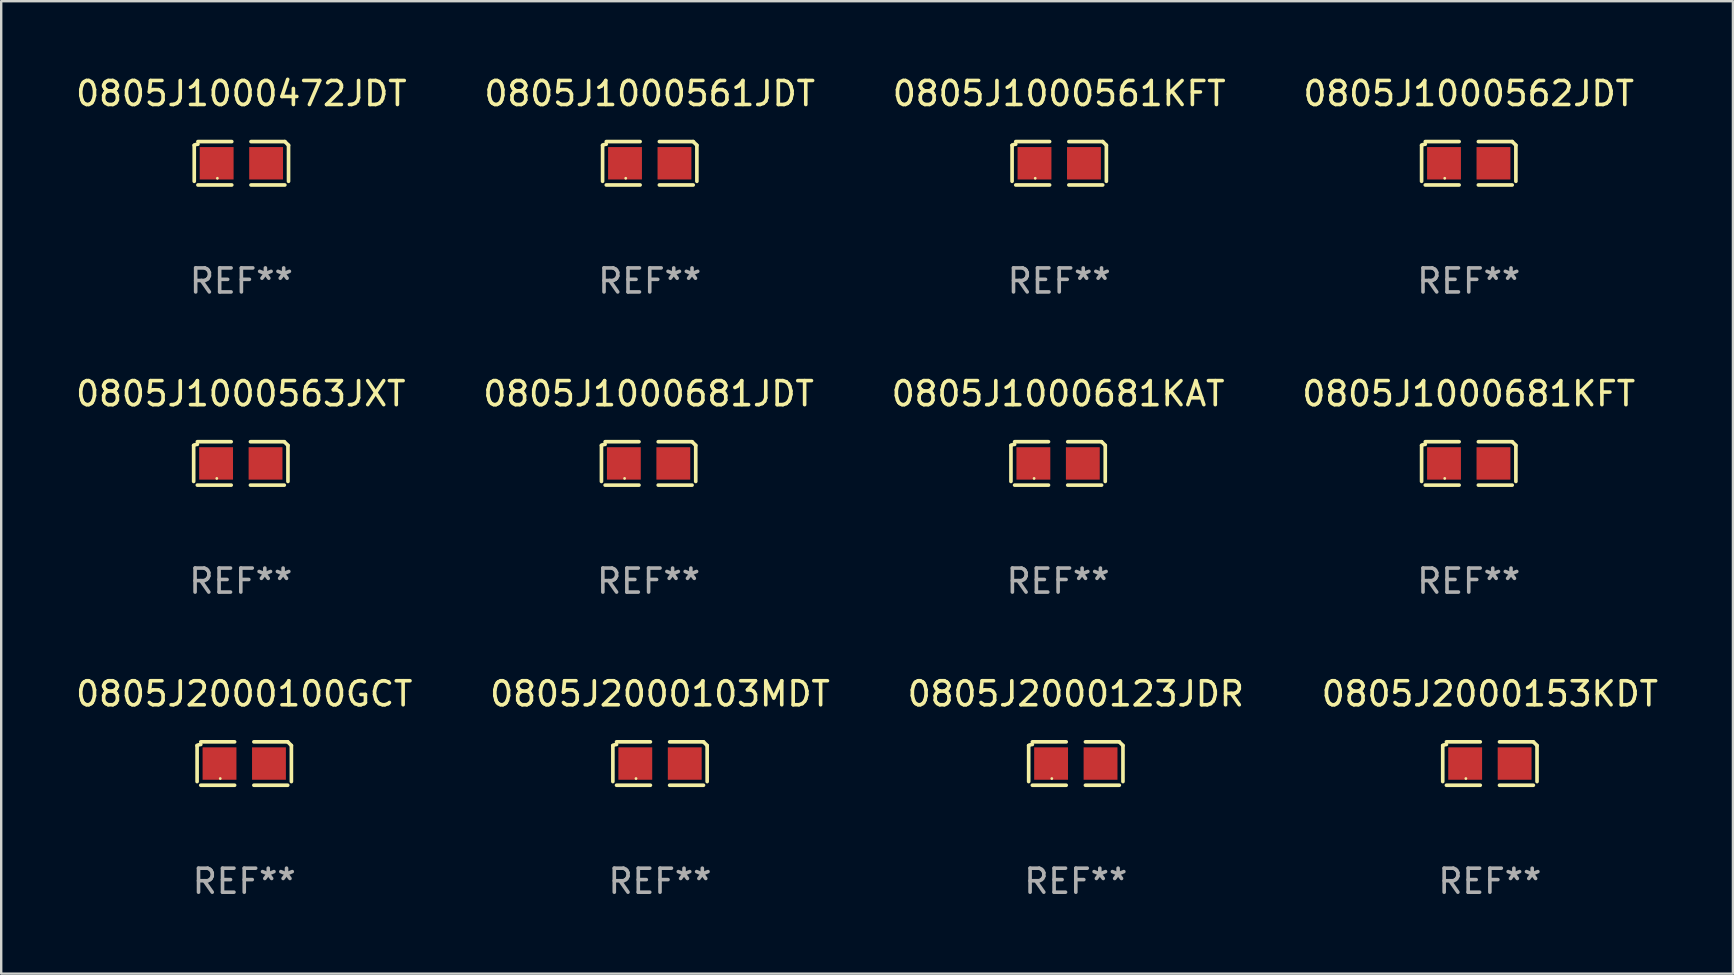
<source format=kicad_pcb>
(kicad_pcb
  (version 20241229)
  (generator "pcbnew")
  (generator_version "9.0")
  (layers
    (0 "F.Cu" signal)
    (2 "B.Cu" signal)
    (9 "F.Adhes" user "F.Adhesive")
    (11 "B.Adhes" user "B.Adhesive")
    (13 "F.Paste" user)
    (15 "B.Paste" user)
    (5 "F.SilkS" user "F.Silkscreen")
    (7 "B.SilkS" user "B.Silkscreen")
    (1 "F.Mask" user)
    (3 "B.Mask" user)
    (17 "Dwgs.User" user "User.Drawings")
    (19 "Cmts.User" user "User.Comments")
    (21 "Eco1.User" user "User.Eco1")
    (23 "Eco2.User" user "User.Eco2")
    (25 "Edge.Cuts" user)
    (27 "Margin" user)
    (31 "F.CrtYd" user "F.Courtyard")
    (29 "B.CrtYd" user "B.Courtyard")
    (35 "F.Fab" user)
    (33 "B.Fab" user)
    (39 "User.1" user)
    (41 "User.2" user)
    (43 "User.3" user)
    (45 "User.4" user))
  (footprint "0805J1000561JDT"
    (layer "F.Cu")
    (at 24.018 3.752)
    (property "Reference" "0805J1000561JDT" (at 0 -2.904 0) (layer "F.SilkS") (effects (font (size 1 1) (thickness 0.15))))
    (attr through_hole)
    (fp_line (start -1.964 0.751) (end -1.964 -0.751) (stroke (width 0.152) (type solid)) (layer "F.SilkS"))
    (fp_line (start -1.811 -0.904) (end -0.401 -0.904) (stroke (width 0.152) (type solid)) (layer "F.SilkS"))
    (fp_line (start -0.401 0.904) (end -1.811 0.904) (stroke (width 0.152) (type solid)) (layer "F.SilkS"))
    (fp_line (start 0.401 0.904) (end 1.811 0.904) (stroke (width 0.152) (type solid)) (layer "F.SilkS"))
    (fp_line (start 1.811 -0.904) (end 0.401 -0.904) (stroke (width 0.152) (type solid)) (layer "F.SilkS"))
    (fp_line (start 1.964 0.751) (end 1.964 -0.751) (stroke (width 0.152) (type solid)) (layer "F.SilkS"))
    (fp_arc (start -1.963602 -0.751207) (mid -1.890354 -0.783131) (end -1.811201 -0.794044) (stroke (width 0.1524) (type solid)) (layer "F.SilkS"))
    (fp_arc (start 1.811202 -0.903607) (mid 1.887413 -0.827418) (end 1.963602 -0.751207) (stroke (width 0.1524) (type solid)) (layer "F.SilkS"))
    (fp_circle (center -1 0.625) (end -0.97 0.625) (stroke (width 0.06) (type solid)) (fill no) (layer "F.SilkS"))
    (fp_text user "REF**" (at 0 4.904 0) (layer "F.Fab") (effects (font (size 1 1) (thickness 0.15))))
    (pad "1" smd rect (at -1.03 0) (size 1.41 1.35) (layers "F.Cu" "F.Mask" "F.Paste"))
    (pad "2" smd rect (at 1.03 0) (size 1.41 1.35) (layers "F.Cu" "F.Mask" "F.Paste")))
  (footprint "0805J2000123JDR"
    (layer "F.Cu")
    (at 41.768 28.759)
    (property "Reference" "0805J2000123JDR" (at 0 -2.904 0) (layer "F.SilkS") (effects (font (size 1 1) (thickness 0.15))))
    (attr through_hole)
    (fp_line (start -1.964 0.751) (end -1.964 -0.751) (stroke (width 0.152) (type solid)) (layer "F.SilkS"))
    (fp_line (start -1.811 -0.904) (end -0.401 -0.904) (stroke (width 0.152) (type solid)) (layer "F.SilkS"))
    (fp_line (start -0.401 0.904) (end -1.811 0.904) (stroke (width 0.152) (type solid)) (layer "F.SilkS"))
    (fp_line (start 0.401 0.904) (end 1.811 0.904) (stroke (width 0.152) (type solid)) (layer "F.SilkS"))
    (fp_line (start 1.811 -0.904) (end 0.401 -0.904) (stroke (width 0.152) (type solid)) (layer "F.SilkS"))
    (fp_line (start 1.964 0.751) (end 1.964 -0.751) (stroke (width 0.152) (type solid)) (layer "F.SilkS"))
    (fp_arc (start -1.963602 -0.751207) (mid -1.890354 -0.783131) (end -1.811201 -0.794044) (stroke (width 0.1524) (type solid)) (layer "F.SilkS"))
    (fp_arc (start 1.811202 -0.903607) (mid 1.887413 -0.827418) (end 1.963602 -0.751207) (stroke (width 0.1524) (type solid)) (layer "F.SilkS"))
    (fp_circle (center -1 0.625) (end -0.97 0.625) (stroke (width 0.06) (type solid)) (fill no) (layer "F.SilkS"))
    (fp_text user "REF**" (at 0 4.904 0) (layer "F.Fab") (effects (font (size 1 1) (thickness 0.15))))
    (pad "1" smd rect (at -1.03 0) (size 1.41 1.35) (layers "F.Cu" "F.Mask" "F.Paste"))
    (pad "2" smd rect (at 1.03 0) (size 1.41 1.35) (layers "F.Cu" "F.Mask" "F.Paste")))
  (footprint "0805J1000681JDT"
    (layer "F.Cu")
    (at 23.97 16.256)
    (property "Reference" "0805J1000681JDT" (at 0 -2.904 0) (layer "F.SilkS") (effects (font (size 1 1) (thickness 0.15))))
    (attr through_hole)
    (fp_line (start -1.964 0.751) (end -1.964 -0.751) (stroke (width 0.152) (type solid)) (layer "F.SilkS"))
    (fp_line (start -1.811 -0.904) (end -0.401 -0.904) (stroke (width 0.152) (type solid)) (layer "F.SilkS"))
    (fp_line (start -0.401 0.904) (end -1.811 0.904) (stroke (width 0.152) (type solid)) (layer "F.SilkS"))
    (fp_line (start 0.401 0.904) (end 1.811 0.904) (stroke (width 0.152) (type solid)) (layer "F.SilkS"))
    (fp_line (start 1.811 -0.904) (end 0.401 -0.904) (stroke (width 0.152) (type solid)) (layer "F.SilkS"))
    (fp_line (start 1.964 0.751) (end 1.964 -0.751) (stroke (width 0.152) (type solid)) (layer "F.SilkS"))
    (fp_arc (start -1.963602 -0.751207) (mid -1.890354 -0.783131) (end -1.811201 -0.794044) (stroke (width 0.1524) (type solid)) (layer "F.SilkS"))
    (fp_arc (start 1.811202 -0.903607) (mid 1.887413 -0.827418) (end 1.963602 -0.751207) (stroke (width 0.1524) (type solid)) (layer "F.SilkS"))
    (fp_circle (center -1 0.625) (end -0.97 0.625) (stroke (width 0.06) (type solid)) (fill no) (layer "F.SilkS"))
    (fp_text user "REF**" (at 0 4.904 0) (layer "F.Fab") (effects (font (size 1 1) (thickness 0.15))))
    (pad "1" smd rect (at -1.03 0) (size 1.41 1.35) (layers "F.Cu" "F.Mask" "F.Paste"))
    (pad "2" smd rect (at 1.03 0) (size 1.41 1.35) (layers "F.Cu" "F.Mask" "F.Paste")))
  (footprint "0805J1000561KFT"
    (layer "F.Cu")
    (at 41.077 3.752)
    (property "Reference" "0805J1000561KFT" (at 0 -2.904 0) (layer "F.SilkS") (effects (font (size 1 1) (thickness 0.15))))
    (attr through_hole)
    (fp_line (start -1.964 0.751) (end -1.964 -0.751) (stroke (width 0.152) (type solid)) (layer "F.SilkS"))
    (fp_line (start -1.811 -0.904) (end -0.401 -0.904) (stroke (width 0.152) (type solid)) (layer "F.SilkS"))
    (fp_line (start -0.401 0.904) (end -1.811 0.904) (stroke (width 0.152) (type solid)) (layer "F.SilkS"))
    (fp_line (start 0.401 0.904) (end 1.811 0.904) (stroke (width 0.152) (type solid)) (layer "F.SilkS"))
    (fp_line (start 1.811 -0.904) (end 0.401 -0.904) (stroke (width 0.152) (type solid)) (layer "F.SilkS"))
    (fp_line (start 1.964 0.751) (end 1.964 -0.751) (stroke (width 0.152) (type solid)) (layer "F.SilkS"))
    (fp_arc (start -1.963602 -0.751207) (mid -1.890354 -0.783131) (end -1.811201 -0.794044) (stroke (width 0.1524) (type solid)) (layer "F.SilkS"))
    (fp_arc (start 1.811202 -0.903607) (mid 1.887413 -0.827418) (end 1.963602 -0.751207) (stroke (width 0.1524) (type solid)) (layer "F.SilkS"))
    (fp_circle (center -1 0.625) (end -0.97 0.625) (stroke (width 0.06) (type solid)) (fill no) (layer "F.SilkS"))
    (fp_text user "REF**" (at 0 4.904 0) (layer "F.Fab") (effects (font (size 1 1) (thickness 0.15))))
    (pad "1" smd rect (at -1.03 0) (size 1.41 1.35) (layers "F.Cu" "F.Mask" "F.Paste"))
    (pad "2" smd rect (at 1.03 0) (size 1.41 1.35) (layers "F.Cu" "F.Mask" "F.Paste")))
  (footprint "0805J2000153KDT"
    (layer "F.Cu")
    (at 59.018 28.759)
    (property "Reference" "0805J2000153KDT" (at 0 -2.904 0) (layer "F.SilkS") (effects (font (size 1 1) (thickness 0.15))))
    (attr through_hole)
    (fp_line (start -1.964 0.751) (end -1.964 -0.751) (stroke (width 0.152) (type solid)) (layer "F.SilkS"))
    (fp_line (start -1.811 -0.904) (end -0.401 -0.904) (stroke (width 0.152) (type solid)) (layer "F.SilkS"))
    (fp_line (start -0.401 0.904) (end -1.811 0.904) (stroke (width 0.152) (type solid)) (layer "F.SilkS"))
    (fp_line (start 0.401 0.904) (end 1.811 0.904) (stroke (width 0.152) (type solid)) (layer "F.SilkS"))
    (fp_line (start 1.811 -0.904) (end 0.401 -0.904) (stroke (width 0.152) (type solid)) (layer "F.SilkS"))
    (fp_line (start 1.964 0.751) (end 1.964 -0.751) (stroke (width 0.152) (type solid)) (layer "F.SilkS"))
    (fp_arc (start -1.963602 -0.751207) (mid -1.890354 -0.783131) (end -1.811201 -0.794044) (stroke (width 0.1524) (type solid)) (layer "F.SilkS"))
    (fp_arc (start 1.811202 -0.903607) (mid 1.887413 -0.827418) (end 1.963602 -0.751207) (stroke (width 0.1524) (type solid)) (layer "F.SilkS"))
    (fp_circle (center -1 0.625) (end -0.97 0.625) (stroke (width 0.06) (type solid)) (fill no) (layer "F.SilkS"))
    (fp_text user "REF**" (at 0 4.904 0) (layer "F.Fab") (effects (font (size 1 1) (thickness 0.15))))
    (pad "1" smd rect (at -1.03 0) (size 1.41 1.35) (layers "F.Cu" "F.Mask" "F.Paste"))
    (pad "2" smd rect (at 1.03 0) (size 1.41 1.35) (layers "F.Cu" "F.Mask" "F.Paste")))
  (footprint "0805J1000562JDT"
    (layer "F.Cu")
    (at 58.137 3.752)
    (property "Reference" "0805J1000562JDT" (at 0 -2.904 0) (layer "F.SilkS") (effects (font (size 1 1) (thickness 0.15))))
    (attr through_hole)
    (fp_line (start -1.964 0.751) (end -1.964 -0.751) (stroke (width 0.152) (type solid)) (layer "F.SilkS"))
    (fp_line (start -1.811 -0.904) (end -0.401 -0.904) (stroke (width 0.152) (type solid)) (layer "F.SilkS"))
    (fp_line (start -0.401 0.904) (end -1.811 0.904) (stroke (width 0.152) (type solid)) (layer "F.SilkS"))
    (fp_line (start 0.401 0.904) (end 1.811 0.904) (stroke (width 0.152) (type solid)) (layer "F.SilkS"))
    (fp_line (start 1.811 -0.904) (end 0.401 -0.904) (stroke (width 0.152) (type solid)) (layer "F.SilkS"))
    (fp_line (start 1.964 0.751) (end 1.964 -0.751) (stroke (width 0.152) (type solid)) (layer "F.SilkS"))
    (fp_arc (start -1.963602 -0.751207) (mid -1.890354 -0.783131) (end -1.811201 -0.794044) (stroke (width 0.1524) (type solid)) (layer "F.SilkS"))
    (fp_arc (start 1.811202 -0.903607) (mid 1.887413 -0.827418) (end 1.963602 -0.751207) (stroke (width 0.1524) (type solid)) (layer "F.SilkS"))
    (fp_circle (center -1 0.625) (end -0.97 0.625) (stroke (width 0.06) (type solid)) (fill no) (layer "F.SilkS"))
    (fp_text user "REF**" (at 0 4.904 0) (layer "F.Fab") (effects (font (size 1 1) (thickness 0.15))))
    (pad "1" smd rect (at -1.03 0) (size 1.41 1.35) (layers "F.Cu" "F.Mask" "F.Paste"))
    (pad "2" smd rect (at 1.03 0) (size 1.41 1.35) (layers "F.Cu" "F.Mask" "F.Paste")))
  (footprint "0805J1000563JXT"
    (layer "F.Cu")
    (at 6.982 16.256)
    (property "Reference" "0805J1000563JXT" (at 0 -2.904 0) (layer "F.SilkS") (effects (font (size 1 1) (thickness 0.15))))
    (attr through_hole)
    (fp_line (start -1.964 0.751) (end -1.964 -0.751) (stroke (width 0.152) (type solid)) (layer "F.SilkS"))
    (fp_line (start -1.811 -0.904) (end -0.401 -0.904) (stroke (width 0.152) (type solid)) (layer "F.SilkS"))
    (fp_line (start -0.401 0.904) (end -1.811 0.904) (stroke (width 0.152) (type solid)) (layer "F.SilkS"))
    (fp_line (start 0.401 0.904) (end 1.811 0.904) (stroke (width 0.152) (type solid)) (layer "F.SilkS"))
    (fp_line (start 1.811 -0.904) (end 0.401 -0.904) (stroke (width 0.152) (type solid)) (layer "F.SilkS"))
    (fp_line (start 1.964 0.751) (end 1.964 -0.751) (stroke (width 0.152) (type solid)) (layer "F.SilkS"))
    (fp_arc (start -1.963602 -0.751207) (mid -1.890354 -0.783131) (end -1.811201 -0.794044) (stroke (width 0.1524) (type solid)) (layer "F.SilkS"))
    (fp_arc (start 1.811202 -0.903607) (mid 1.887413 -0.827418) (end 1.963602 -0.751207) (stroke (width 0.1524) (type solid)) (layer "F.SilkS"))
    (fp_circle (center -1 0.625) (end -0.97 0.625) (stroke (width 0.06) (type solid)) (fill no) (layer "F.SilkS"))
    (fp_text user "REF**" (at 0 4.904 0) (layer "F.Fab") (effects (font (size 1 1) (thickness 0.15))))
    (pad "1" smd rect (at -1.03 0) (size 1.41 1.35) (layers "F.Cu" "F.Mask" "F.Paste"))
    (pad "2" smd rect (at 1.03 0) (size 1.41 1.35) (layers "F.Cu" "F.Mask" "F.Paste")))
  (footprint "0805J2000100GCT"
    (layer "F.Cu")
    (at 7.125 28.759)
    (property "Reference" "0805J2000100GCT" (at 0 -2.904 0) (layer "F.SilkS") (effects (font (size 1 1) (thickness 0.15))))
    (attr through_hole)
    (fp_line (start -1.964 0.751) (end -1.964 -0.751) (stroke (width 0.152) (type solid)) (layer "F.SilkS"))
    (fp_line (start -1.811 -0.904) (end -0.401 -0.904) (stroke (width 0.152) (type solid)) (layer "F.SilkS"))
    (fp_line (start -0.401 0.904) (end -1.811 0.904) (stroke (width 0.152) (type solid)) (layer "F.SilkS"))
    (fp_line (start 0.401 0.904) (end 1.811 0.904) (stroke (width 0.152) (type solid)) (layer "F.SilkS"))
    (fp_line (start 1.811 -0.904) (end 0.401 -0.904) (stroke (width 0.152) (type solid)) (layer "F.SilkS"))
    (fp_line (start 1.964 0.751) (end 1.964 -0.751) (stroke (width 0.152) (type solid)) (layer "F.SilkS"))
    (fp_arc (start -1.963602 -0.751207) (mid -1.890354 -0.783131) (end -1.811201 -0.794044) (stroke (width 0.1524) (type solid)) (layer "F.SilkS"))
    (fp_arc (start 1.811202 -0.903607) (mid 1.887413 -0.827418) (end 1.963602 -0.751207) (stroke (width 0.1524) (type solid)) (layer "F.SilkS"))
    (fp_circle (center -1 0.625) (end -0.97 0.625) (stroke (width 0.06) (type solid)) (fill no) (layer "F.SilkS"))
    (fp_text user "REF**" (at 0 4.904 0) (layer "F.Fab") (effects (font (size 1 1) (thickness 0.15))))
    (pad "1" smd rect (at -1.03 0) (size 1.41 1.35) (layers "F.Cu" "F.Mask" "F.Paste"))
    (pad "2" smd rect (at 1.03 0) (size 1.41 1.35) (layers "F.Cu" "F.Mask" "F.Paste")))
  (footprint "0805J2000103MDT"
    (layer "F.Cu")
    (at 24.446 28.759)
    (property "Reference" "0805J2000103MDT" (at 0 -2.904 0) (layer "F.SilkS") (effects (font (size 1 1) (thickness 0.15))))
    (attr through_hole)
    (fp_line (start -1.964 0.751) (end -1.964 -0.751) (stroke (width 0.152) (type solid)) (layer "F.SilkS"))
    (fp_line (start -1.811 -0.904) (end -0.401 -0.904) (stroke (width 0.152) (type solid)) (layer "F.SilkS"))
    (fp_line (start -0.401 0.904) (end -1.811 0.904) (stroke (width 0.152) (type solid)) (layer "F.SilkS"))
    (fp_line (start 0.401 0.904) (end 1.811 0.904) (stroke (width 0.152) (type solid)) (layer "F.SilkS"))
    (fp_line (start 1.811 -0.904) (end 0.401 -0.904) (stroke (width 0.152) (type solid)) (layer "F.SilkS"))
    (fp_line (start 1.964 0.751) (end 1.964 -0.751) (stroke (width 0.152) (type solid)) (layer "F.SilkS"))
    (fp_arc (start -1.963602 -0.751207) (mid -1.890354 -0.783131) (end -1.811201 -0.794044) (stroke (width 0.1524) (type solid)) (layer "F.SilkS"))
    (fp_arc (start 1.811202 -0.903607) (mid 1.887413 -0.827418) (end 1.963602 -0.751207) (stroke (width 0.1524) (type solid)) (layer "F.SilkS"))
    (fp_circle (center -1 0.625) (end -0.97 0.625) (stroke (width 0.06) (type solid)) (fill no) (layer "F.SilkS"))
    (fp_text user "REF**" (at 0 4.904 0) (layer "F.Fab") (effects (font (size 1 1) (thickness 0.15))))
    (pad "1" smd rect (at -1.03 0) (size 1.41 1.35) (layers "F.Cu" "F.Mask" "F.Paste"))
    (pad "2" smd rect (at 1.03 0) (size 1.41 1.35) (layers "F.Cu" "F.Mask" "F.Paste")))
  (footprint "0805J1000681KAT"
    (layer "F.Cu")
    (at 41.03 16.256)
    (property "Reference" "0805J1000681KAT" (at 0 -2.904 0) (layer "F.SilkS") (effects (font (size 1 1) (thickness 0.15))))
    (attr through_hole)
    (fp_line (start -1.964 0.751) (end -1.964 -0.751) (stroke (width 0.152) (type solid)) (layer "F.SilkS"))
    (fp_line (start -1.811 -0.904) (end -0.401 -0.904) (stroke (width 0.152) (type solid)) (layer "F.SilkS"))
    (fp_line (start -0.401 0.904) (end -1.811 0.904) (stroke (width 0.152) (type solid)) (layer "F.SilkS"))
    (fp_line (start 0.401 0.904) (end 1.811 0.904) (stroke (width 0.152) (type solid)) (layer "F.SilkS"))
    (fp_line (start 1.811 -0.904) (end 0.401 -0.904) (stroke (width 0.152) (type solid)) (layer "F.SilkS"))
    (fp_line (start 1.964 0.751) (end 1.964 -0.751) (stroke (width 0.152) (type solid)) (layer "F.SilkS"))
    (fp_arc (start -1.963602 -0.751207) (mid -1.890354 -0.783131) (end -1.811201 -0.794044) (stroke (width 0.1524) (type solid)) (layer "F.SilkS"))
    (fp_arc (start 1.811202 -0.903607) (mid 1.887413 -0.827418) (end 1.963602 -0.751207) (stroke (width 0.1524) (type solid)) (layer "F.SilkS"))
    (fp_circle (center -1 0.625) (end -0.97 0.625) (stroke (width 0.06) (type solid)) (fill no) (layer "F.SilkS"))
    (fp_text user "REF**" (at 0 4.904 0) (layer "F.Fab") (effects (font (size 1 1) (thickness 0.15))))
    (pad "1" smd rect (at -1.03 0) (size 1.41 1.35) (layers "F.Cu" "F.Mask" "F.Paste"))
    (pad "2" smd rect (at 1.03 0) (size 1.41 1.35) (layers "F.Cu" "F.Mask" "F.Paste")))
  (footprint "0805J1000472JDT"
    (layer "F.Cu")
    (at 7.006 3.752)
    (property "Reference" "0805J1000472JDT" (at 0 -2.904 0) (layer "F.SilkS") (effects (font (size 1 1) (thickness 0.15))))
    (attr through_hole)
    (fp_line (start -1.964 0.751) (end -1.964 -0.751) (stroke (width 0.152) (type solid)) (layer "F.SilkS"))
    (fp_line (start -1.811 -0.904) (end -0.401 -0.904) (stroke (width 0.152) (type solid)) (layer "F.SilkS"))
    (fp_line (start -0.401 0.904) (end -1.811 0.904) (stroke (width 0.152) (type solid)) (layer "F.SilkS"))
    (fp_line (start 0.401 0.904) (end 1.811 0.904) (stroke (width 0.152) (type solid)) (layer "F.SilkS"))
    (fp_line (start 1.811 -0.904) (end 0.401 -0.904) (stroke (width 0.152) (type solid)) (layer "F.SilkS"))
    (fp_line (start 1.964 0.751) (end 1.964 -0.751) (stroke (width 0.152) (type solid)) (layer "F.SilkS"))
    (fp_arc (start -1.963602 -0.751207) (mid -1.890354 -0.783131) (end -1.811201 -0.794044) (stroke (width 0.1524) (type solid)) (layer "F.SilkS"))
    (fp_arc (start 1.811202 -0.903607) (mid 1.887413 -0.827418) (end 1.963602 -0.751207) (stroke (width 0.1524) (type solid)) (layer "F.SilkS"))
    (fp_circle (center -1 0.625) (end -0.97 0.625) (stroke (width 0.06) (type solid)) (fill no) (layer "F.SilkS"))
    (fp_text user "REF**" (at 0 4.904 0) (layer "F.Fab") (effects (font (size 1 1) (thickness 0.15))))
    (pad "1" smd rect (at -1.03 0) (size 1.41 1.35) (layers "F.Cu" "F.Mask" "F.Paste"))
    (pad "2" smd rect (at 1.03 0) (size 1.41 1.35) (layers "F.Cu" "F.Mask" "F.Paste")))
  (footprint "0805J1000681KFT"
    (layer "F.Cu")
    (at 58.137 16.256)
    (property "Reference" "0805J1000681KFT" (at 0 -2.904 0) (layer "F.SilkS") (effects (font (size 1 1) (thickness 0.15))))
    (attr through_hole)
    (fp_line (start -1.964 0.751) (end -1.964 -0.751) (stroke (width 0.152) (type solid)) (layer "F.SilkS"))
    (fp_line (start -1.811 -0.904) (end -0.401 -0.904) (stroke (width 0.152) (type solid)) (layer "F.SilkS"))
    (fp_line (start -0.401 0.904) (end -1.811 0.904) (stroke (width 0.152) (type solid)) (layer "F.SilkS"))
    (fp_line (start 0.401 0.904) (end 1.811 0.904) (stroke (width 0.152) (type solid)) (layer "F.SilkS"))
    (fp_line (start 1.811 -0.904) (end 0.401 -0.904) (stroke (width 0.152) (type solid)) (layer "F.SilkS"))
    (fp_line (start 1.964 0.751) (end 1.964 -0.751) (stroke (width 0.152) (type solid)) (layer "F.SilkS"))
    (fp_arc (start -1.963602 -0.751207) (mid -1.890354 -0.783131) (end -1.811201 -0.794044) (stroke (width 0.1524) (type solid)) (layer "F.SilkS"))
    (fp_arc (start 1.811202 -0.903607) (mid 1.887413 -0.827418) (end 1.963602 -0.751207) (stroke (width 0.1524) (type solid)) (layer "F.SilkS"))
    (fp_circle (center -1 0.625) (end -0.97 0.625) (stroke (width 0.06) (type solid)) (fill no) (layer "F.SilkS"))
    (fp_text user "REF**" (at 0 4.904 0) (layer "F.Fab") (effects (font (size 1 1) (thickness 0.15))))
    (pad "1" smd rect (at -1.03 0) (size 1.41 1.35) (layers "F.Cu" "F.Mask" "F.Paste"))
    (pad "2" smd rect (at 1.03 0) (size 1.41 1.35) (layers "F.Cu" "F.Mask" "F.Paste")))
  (gr_rect
    (start -3 -3)
    (end 69.143 37.511)
    (stroke (width 0.1) (type default))
    (fill no)
    (layer "Edge.Cuts")))
</source>
